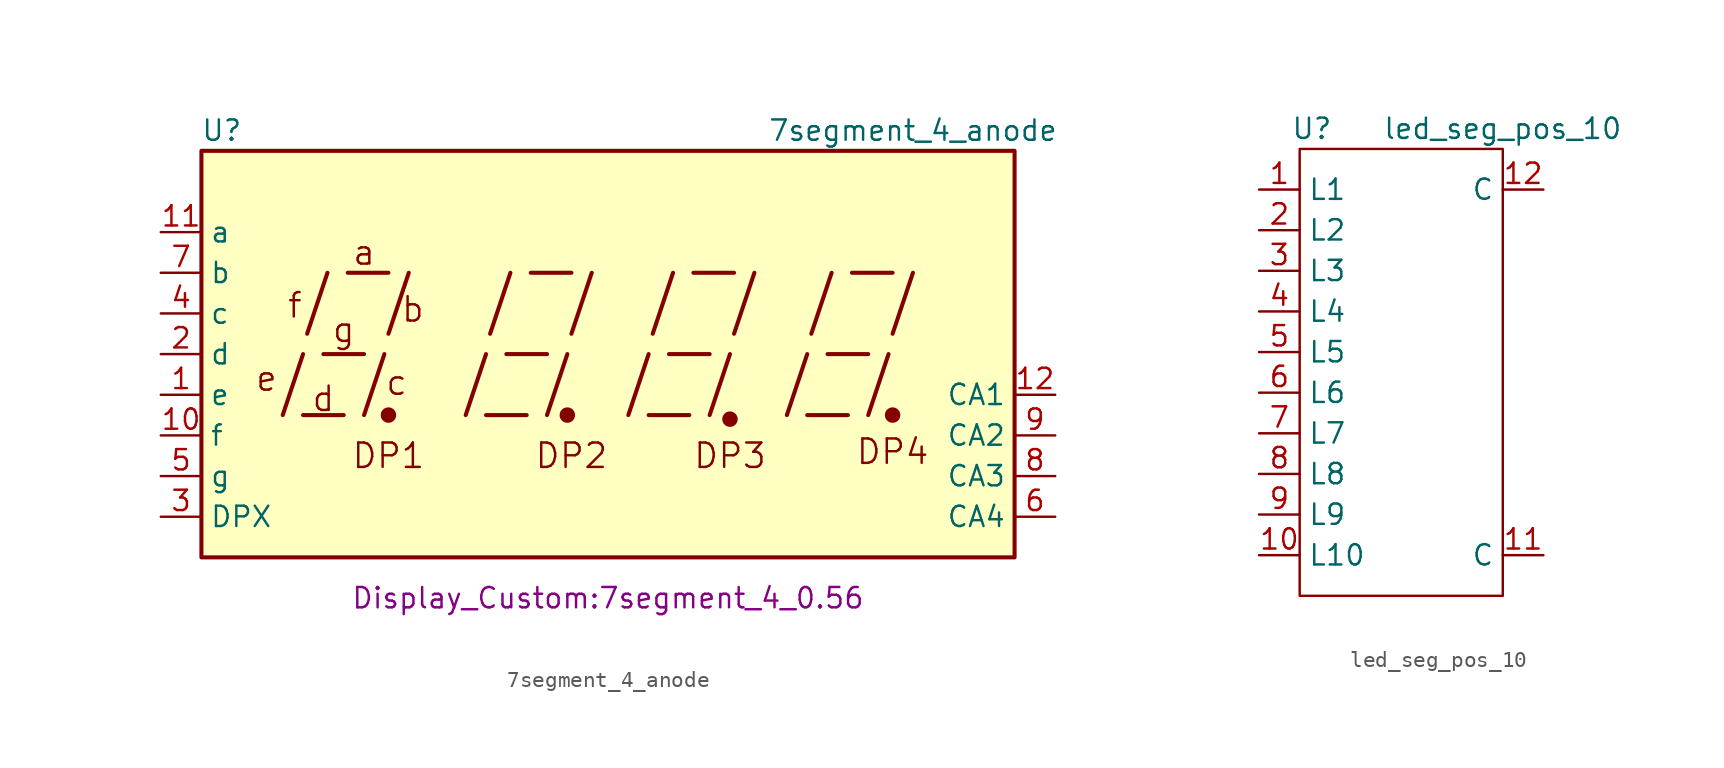
<source format=kicad_sym>
(kicad_symbol_lib
  (version 20220914)
  (generator kicad_symbol_editor)
  (symbol "7segment_4_anode"
    (property "Reference" "U"
      (at -24.13 13.97 0)
      (effects (font (size 1.27 1.27))))
    (property "Value" "7segment_4_anode"
      (at 19.05 13.97 0)
      (effects (font (size 1.27 1.27))))
    (property "Footprint" "Display_Custom:7segment_4_0.56"
      (at 0 -15.24 0)
      (effects (font (size 1.27 1.27))))
    (symbol "7segment_4_anode_0_0"
      (rectangle (start -25.4 12.7) (end 25.4 -12.7) (stroke (width 0.254) (type default)) (fill (type background)))
      (polyline (pts (xy -20.32 -3.81) (xy -19.05 0)) (stroke (width 0.254) (type default)) (fill (type none)))
      (polyline (pts (xy -19.05 -3.81) (xy -16.51 -3.81)) (stroke (width 0.254) (type default)) (fill (type none)))
      (polyline (pts (xy -18.796 1.27) (xy -17.526 5.08)) (stroke (width 0.254) (type default)) (fill (type none)))
      (polyline (pts (xy -17.78 0) (xy -15.24 0)) (stroke (width 0.254) (type default)) (fill (type none)))
      (polyline (pts (xy -16.256 5.08) (xy -13.716 5.08)) (stroke (width 0.254) (type default)) (fill (type none)))
      (polyline (pts (xy -15.24 -3.81) (xy -13.97 0)) (stroke (width 0.254) (type default)) (fill (type none)))
      (polyline (pts (xy -13.716 1.27) (xy -12.446 5.08)) (stroke (width 0.254) (type default)) (fill (type none)))
      (polyline (pts (xy -8.89 -3.81) (xy -7.62 0)) (stroke (width 0.254) (type default)) (fill (type none)))
      (polyline (pts (xy -7.62 -3.81) (xy -5.08 -3.81)) (stroke (width 0.254) (type default)) (fill (type none)))
      (polyline (pts (xy -7.366 1.27) (xy -6.096 5.08)) (stroke (width 0.254) (type default)) (fill (type none)))
      (polyline (pts (xy -6.35 0) (xy -3.81 0)) (stroke (width 0.254) (type default)) (fill (type none)))
      (polyline (pts (xy -4.826 5.08) (xy -2.286 5.08)) (stroke (width 0.254) (type default)) (fill (type none)))
      (polyline (pts (xy -3.81 -3.81) (xy -2.54 0)) (stroke (width 0.254) (type default)) (fill (type none)))
      (polyline (pts (xy -2.286 1.27) (xy -1.016 5.08)) (stroke (width 0.254) (type default)) (fill (type none)))
      (polyline (pts (xy 1.27 -3.81) (xy 2.54 0)) (stroke (width 0.254) (type default)) (fill (type none)))
      (polyline (pts (xy 2.54 -3.81) (xy 5.08 -3.81)) (stroke (width 0.254) (type default)) (fill (type none)))
      (polyline (pts (xy 2.794 1.27) (xy 4.064 5.08)) (stroke (width 0.254) (type default)) (fill (type none)))
      (polyline (pts (xy 3.81 0) (xy 6.35 0)) (stroke (width 0.254) (type default)) (fill (type none)))
      (polyline (pts (xy 5.334 5.08) (xy 7.874 5.08)) (stroke (width 0.254) (type default)) (fill (type none)))
      (polyline (pts (xy 6.35 -3.81) (xy 7.62 0)) (stroke (width 0.254) (type default)) (fill (type none)))
      (polyline (pts (xy 7.874 1.27) (xy 9.144 5.08)) (stroke (width 0.254) (type default)) (fill (type none)))
      (polyline (pts (xy 11.176 -3.81) (xy 12.446 0)) (stroke (width 0.254) (type default)) (fill (type none)))
      (polyline (pts (xy 12.446 -3.81) (xy 14.986 -3.81)) (stroke (width 0.254) (type default)) (fill (type none)))
      (polyline (pts (xy 12.7 1.27) (xy 13.97 5.08)) (stroke (width 0.254) (type default)) (fill (type none)))
      (polyline (pts (xy 13.716 0) (xy 16.256 0)) (stroke (width 0.254) (type default)) (fill (type none)))
      (polyline (pts (xy 15.24 5.08) (xy 17.78 5.08)) (stroke (width 0.254) (type default)) (fill (type none)))
      (polyline (pts (xy 16.256 -3.81) (xy 17.526 0)) (stroke (width 0.254) (type default)) (fill (type none)))
      (polyline (pts (xy 17.78 1.27) (xy 19.05 5.08)) (stroke (width 0.254) (type default)) (fill (type none)))
      (text "a" (at -15.24 6.35 0) (effects (font (size 1.524 1.524))))
      (text "b" (at -12.192 2.794 0) (effects (font (size 1.524 1.524))))
      (text "c" (at -13.208 -1.778 0) (effects (font (size 1.524 1.524))))
      (text "d" (at -17.78 -2.794 0) (effects (font (size 1.524 1.524))))
      (text "DP1" (at -13.716 -6.35 0) (effects (font (size 1.524 1.524))))
      (text "DP2" (at -2.286 -6.35 0) (effects (font (size 1.524 1.524))))
      (text "DP3" (at 7.62 -6.35 0) (effects (font (size 1.524 1.524))))
      (text "DP4" (at 17.78 -6.096 0) (effects (font (size 1.524 1.524))))
      (text "e" (at -21.336 -1.524 0) (effects (font (size 1.524 1.524))))
      (text "f" (at -19.558 3.048 0) (effects (font (size 1.524 1.524))))
      (text "g" (at -16.51 1.524 0) (effects (font (size 1.524 1.524)))))
    (symbol "7segment_4_anode_0_1"
      (circle (center -13.716 -3.81) (radius 0.356) (stroke (width 0.254) (type default)) (fill (type outline)))
      (circle (center -2.54 -3.81) (radius 0.356) (stroke (width 0.254) (type default)) (fill (type outline))))
    (symbol "7segment_4_anode_1_0"
      (circle (center 7.62 -4.064) (radius 0.356) (stroke (width 0.254) (type default)) (fill (type outline)))
      (circle (center 17.78 -3.81) (radius 0.356) (stroke (width 0.254) (type default)) (fill (type outline))))
    (symbol "7segment_4_anode_1_1"
      (pin input line (at -27.94 -2.54 0) (length 2.54) (name "e" (effects (font (size 1.27 1.27)))) (number "1" (effects (font (size 1.27 1.27)))))
      (pin input line (at -27.94 -5.08 0) (length 2.54) (name "f" (effects (font (size 1.27 1.27)))) (number "10" (effects (font (size 1.27 1.27)))))
      (pin input line (at -27.94 7.62 0) (length 2.54) (name "a" (effects (font (size 1.27 1.27)))) (number "11" (effects (font (size 1.27 1.27)))))
      (pin input line (at 27.94 -2.54 180) (length 2.54) (name "CA1" (effects (font (size 1.27 1.27)))) (number "12" (effects (font (size 1.27 1.27)))))
      (pin input line (at -27.94 0 0) (length 2.54) (name "d" (effects (font (size 1.27 1.27)))) (number "2" (effects (font (size 1.27 1.27)))))
      (pin input line (at -27.94 -10.16 0) (length 2.54) (name "DPX" (effects (font (size 1.27 1.27)))) (number "3" (effects (font (size 1.27 1.27)))))
      (pin input line (at -27.94 2.54 0) (length 2.54) (name "c" (effects (font (size 1.27 1.27)))) (number "4" (effects (font (size 1.27 1.27)))))
      (pin input line (at -27.94 -7.62 0) (length 2.54) (name "g" (effects (font (size 1.27 1.27)))) (number "5" (effects (font (size 1.27 1.27)))))
      (pin input line (at 27.94 -10.16 180) (length 2.54) (name "CA4" (effects (font (size 1.27 1.27)))) (number "6" (effects (font (size 1.27 1.27)))))
      (pin input line (at -27.94 5.08 0) (length 2.54) (name "b" (effects (font (size 1.27 1.27)))) (number "7" (effects (font (size 1.27 1.27)))))
      (pin input line (at 27.94 -7.62 180) (length 2.54) (name "CA3" (effects (font (size 1.27 1.27)))) (number "8" (effects (font (size 1.27 1.27)))))
      (pin input line (at 27.94 -5.08 180) (length 2.54) (name "CA2" (effects (font (size 1.27 1.27)))) (number "9" (effects (font (size 1.27 1.27)))))))
  (symbol "led_seg_pos_10"
    (property "Reference" "U"
      (at 0.762 1.27 0)
      (effects (font (size 1.27 1.27))))
    (property "Value" "led_seg_pos_10"
      (at 12.7 1.27 0)
      (effects (font (size 1.27 1.27))))
    (symbol "led_seg_pos_10_0_1"
      (rectangle (start 0 0) (end 12.7 -27.94) (stroke (width 0) (type default)) (fill (type none))))
    (symbol "led_seg_pos_10_1_1"
      (pin passive line (at -2.54 -2.54 0) (length 2.54) (name "L1" (effects (font (size 1.27 1.27)))) (number "1" (effects (font (size 1.27 1.27)))))
      (pin passive line (at -2.54 -25.4 0) (length 2.54) (name "L10" (effects (font (size 1.27 1.27)))) (number "10" (effects (font (size 1.27 1.27)))))
      (pin power_in line (at 15.24 -25.4 180) (length 2.54) (name "C" (effects (font (size 1.27 1.27)))) (number "11" (effects (font (size 1.27 1.27)))))
      (pin power_in line (at 15.24 -2.54 180) (length 2.54) (name "C" (effects (font (size 1.27 1.27)))) (number "12" (effects (font (size 1.27 1.27)))))
      (pin passive line (at -2.54 -5.08 0) (length 2.54) (name "L2" (effects (font (size 1.27 1.27)))) (number "2" (effects (font (size 1.27 1.27)))))
      (pin passive line (at -2.54 -7.62 0) (length 2.54) (name "L3" (effects (font (size 1.27 1.27)))) (number "3" (effects (font (size 1.27 1.27)))))
      (pin passive line (at -2.54 -10.16 0) (length 2.54) (name "L4" (effects (font (size 1.27 1.27)))) (number "4" (effects (font (size 1.27 1.27)))))
      (pin passive line (at -2.54 -12.7 0) (length 2.54) (name "L5" (effects (font (size 1.27 1.27)))) (number "5" (effects (font (size 1.27 1.27)))))
      (pin passive line (at -2.54 -15.24 0) (length 2.54) (name "L6" (effects (font (size 1.27 1.27)))) (number "6" (effects (font (size 1.27 1.27)))))
      (pin passive line (at -2.54 -17.78 0) (length 2.54) (name "L7" (effects (font (size 1.27 1.27)))) (number "7" (effects (font (size 1.27 1.27)))))
      (pin passive line (at -2.54 -20.32 0) (length 2.54) (name "L8" (effects (font (size 1.27 1.27)))) (number "8" (effects (font (size 1.27 1.27)))))
      (pin passive line (at -2.54 -22.86 0) (length 2.54) (name "L9" (effects (font (size 1.27 1.27)))) (number "9" (effects (font (size 1.27 1.27))))))))
</source>
